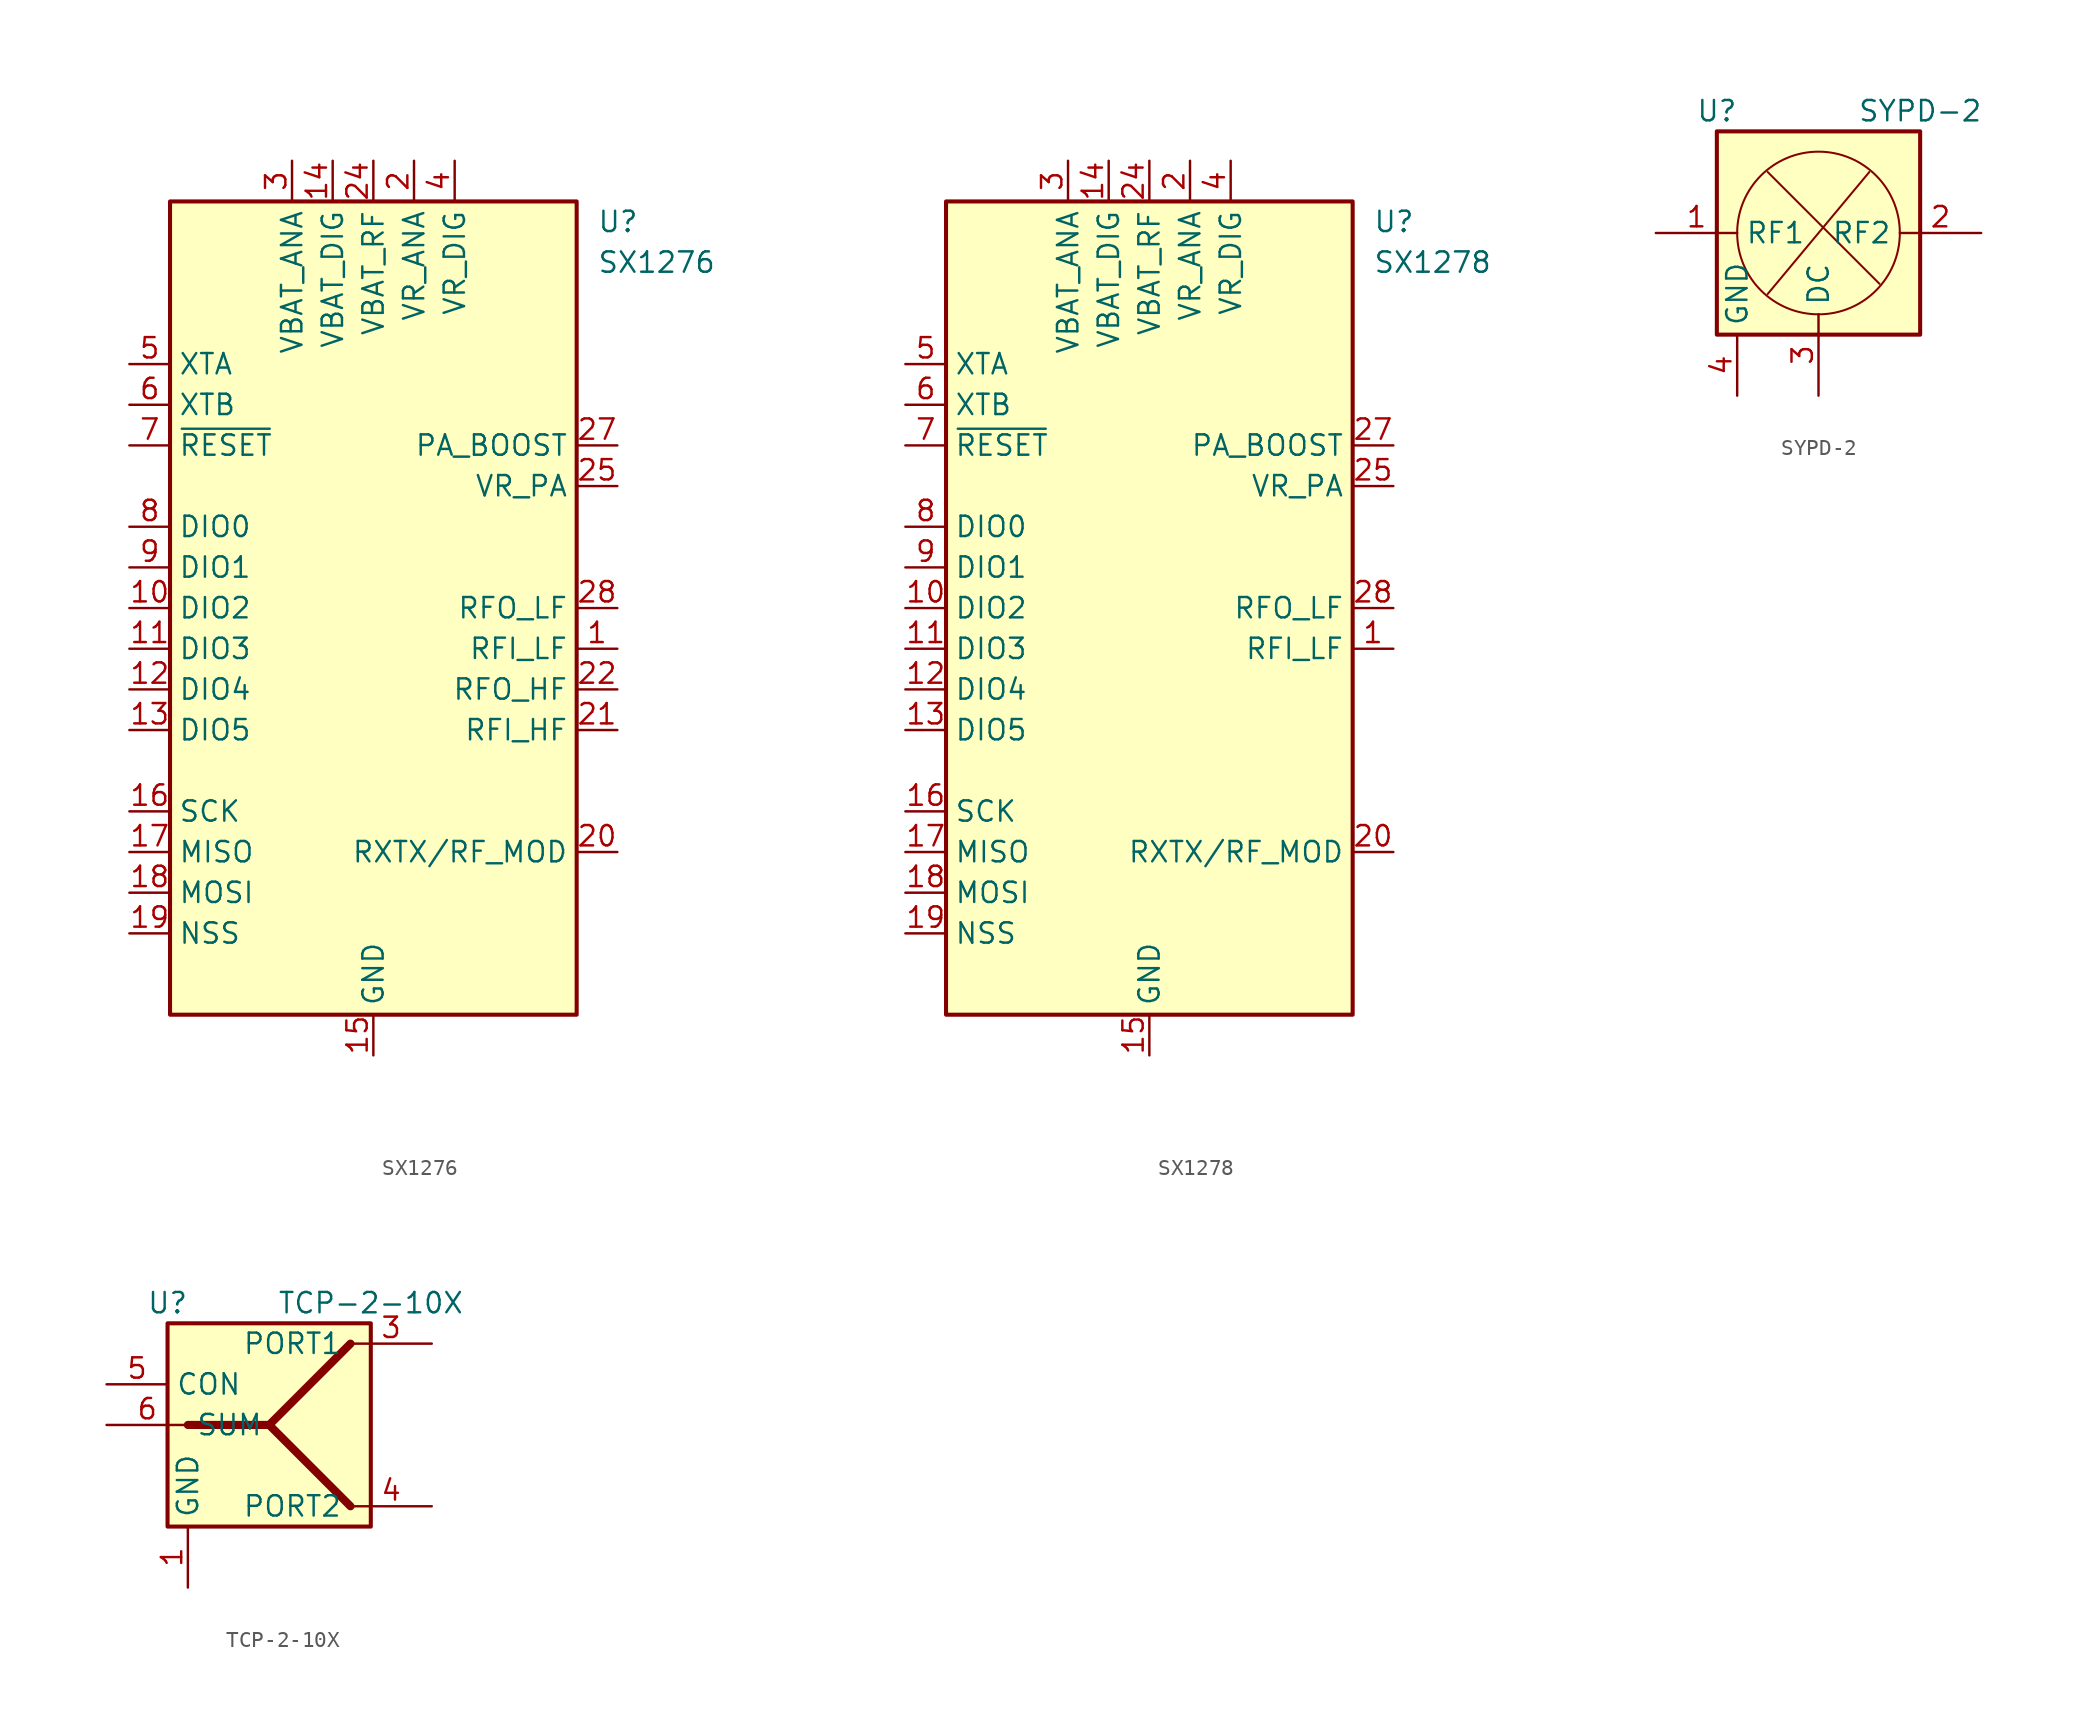
<source format=kicad_sym>
(kicad_symbol_lib
  (version 20201005)
  (generator kicad_symbol_editor)
  (symbol "RF:SX1276"
    (property "Reference" "U"
      (at 13.97 24.13 0)
      (effects (font (size 1.27 1.27)) (justify left)))
    (property "Value" "SX1276"
      (at 13.97 21.59 0)
      (effects (font (size 1.27 1.27)) (justify left)))
    (symbol "SX1276_0_1"
      (rectangle (start -12.7 25.4) (end 12.7 -25.4) (stroke (width 0.254)) (fill (type background))))
    (symbol "SX1276_1_1"
      (pin input line (at 15.24 -2.54 180) (length 2.54) (name "RFI_LF" (effects (font (size 1.27 1.27)))) (number "1" (effects (font (size 1.27 1.27)))))
      (pin bidirectional line (at -15.24 0 0) (length 2.54) (name "DIO2" (effects (font (size 1.27 1.27)))) (number "10" (effects (font (size 1.27 1.27)))))
      (pin bidirectional line (at -15.24 -2.54 0) (length 2.54) (name "DIO3" (effects (font (size 1.27 1.27)))) (number "11" (effects (font (size 1.27 1.27)))))
      (pin bidirectional line (at -15.24 -5.08 0) (length 2.54) (name "DIO4" (effects (font (size 1.27 1.27)))) (number "12" (effects (font (size 1.27 1.27)))))
      (pin bidirectional line (at -15.24 -7.62 0) (length 2.54) (name "DIO5" (effects (font (size 1.27 1.27)))) (number "13" (effects (font (size 1.27 1.27)))))
      (pin power_in line (at -2.54 27.94 270) (length 2.54) (name "VBAT_DIG" (effects (font (size 1.27 1.27)))) (number "14" (effects (font (size 1.27 1.27)))))
      (pin power_in line (at 0 -27.94 90) (length 2.54) (name "GND" (effects (font (size 1.27 1.27)))) (number "15" (effects (font (size 1.27 1.27)))))
      (pin input line (at -15.24 -12.7 0) (length 2.54) (name "SCK" (effects (font (size 1.27 1.27)))) (number "16" (effects (font (size 1.27 1.27)))))
      (pin output line (at -15.24 -15.24 0) (length 2.54) (name "MISO" (effects (font (size 1.27 1.27)))) (number "17" (effects (font (size 1.27 1.27)))))
      (pin input line (at -15.24 -17.78 0) (length 2.54) (name "MOSI" (effects (font (size 1.27 1.27)))) (number "18" (effects (font (size 1.27 1.27)))))
      (pin input line (at -15.24 -20.32 0) (length 2.54) (name "NSS" (effects (font (size 1.27 1.27)))) (number "19" (effects (font (size 1.27 1.27)))))
      (pin power_in line (at 2.54 27.94 270) (length 2.54) (name "VR_ANA" (effects (font (size 1.27 1.27)))) (number "2" (effects (font (size 1.27 1.27)))))
      (pin output line (at 15.24 -15.24 180) (length 2.54) (name "RXTX/RF_MOD" (effects (font (size 1.27 1.27)))) (number "20" (effects (font (size 1.27 1.27)))))
      (pin input line (at 15.24 -7.62 180) (length 2.54) (name "RFI_HF" (effects (font (size 1.27 1.27)))) (number "21" (effects (font (size 1.27 1.27)))))
      (pin output line (at 15.24 -5.08 180) (length 2.54) (name "RFO_HF" (effects (font (size 1.27 1.27)))) (number "22" (effects (font (size 1.27 1.27)))))
      (pin passive line (at 0 -27.94 90) (length 2.54) hide (name "GND" (effects (font (size 1.27 1.27)))) (number "23" (effects (font (size 1.27 1.27)))))
      (pin power_in line (at 0 27.94 270) (length 2.54) (name "VBAT_RF" (effects (font (size 1.27 1.27)))) (number "24" (effects (font (size 1.27 1.27)))))
      (pin power_out line (at 15.24 7.62 180) (length 2.54) (name "VR_PA" (effects (font (size 1.27 1.27)))) (number "25" (effects (font (size 1.27 1.27)))))
      (pin passive line (at 0 -27.94 90) (length 2.54) hide (name "GND" (effects (font (size 1.27 1.27)))) (number "26" (effects (font (size 1.27 1.27)))))
      (pin power_out line (at 15.24 10.16 180) (length 2.54) (name "PA_BOOST" (effects (font (size 1.27 1.27)))) (number "27" (effects (font (size 1.27 1.27)))))
      (pin output line (at 15.24 0 180) (length 2.54) (name "RFO_LF" (effects (font (size 1.27 1.27)))) (number "28" (effects (font (size 1.27 1.27)))))
      (pin passive line (at 0 -27.94 90) (length 2.54) hide (name "GND" (effects (font (size 1.27 1.27)))) (number "29" (effects (font (size 1.27 1.27)))))
      (pin power_in line (at -5.08 27.94 270) (length 2.54) (name "VBAT_ANA" (effects (font (size 1.27 1.27)))) (number "3" (effects (font (size 1.27 1.27)))))
      (pin power_in line (at 5.08 27.94 270) (length 2.54) (name "VR_DIG" (effects (font (size 1.27 1.27)))) (number "4" (effects (font (size 1.27 1.27)))))
      (pin bidirectional line (at -15.24 15.24 0) (length 2.54) (name "XTA" (effects (font (size 1.27 1.27)))) (number "5" (effects (font (size 1.27 1.27)))))
      (pin bidirectional line (at -15.24 12.7 0) (length 2.54) (name "XTB" (effects (font (size 1.27 1.27)))) (number "6" (effects (font (size 1.27 1.27)))))
      (pin input line (at -15.24 10.16 0) (length 2.54) (name "~RESET" (effects (font (size 1.27 1.27)))) (number "7" (effects (font (size 1.27 1.27)))))
      (pin bidirectional line (at -15.24 5.08 0) (length 2.54) (name "DIO0" (effects (font (size 1.27 1.27)))) (number "8" (effects (font (size 1.27 1.27)))))
      (pin bidirectional line (at -15.24 2.54 0) (length 2.54) (name "DIO1" (effects (font (size 1.27 1.27)))) (number "9" (effects (font (size 1.27 1.27)))))))
  (symbol "RF:SX1278"
    (property "Reference" "U"
      (at 13.97 24.13 0)
      (effects (font (size 1.27 1.27)) (justify left)))
    (property "Value" "SX1278"
      (at 13.97 21.59 0)
      (effects (font (size 1.27 1.27)) (justify left)))
    (symbol "SX1278_0_1"
      (rectangle (start -12.7 25.4) (end 12.7 -25.4) (stroke (width 0.254)) (fill (type background))))
    (symbol "SX1278_1_1"
      (pin input line (at 15.24 -2.54 180) (length 2.54) (name "RFI_LF" (effects (font (size 1.27 1.27)))) (number "1" (effects (font (size 1.27 1.27)))))
      (pin bidirectional line (at -15.24 0 0) (length 2.54) (name "DIO2" (effects (font (size 1.27 1.27)))) (number "10" (effects (font (size 1.27 1.27)))))
      (pin bidirectional line (at -15.24 -2.54 0) (length 2.54) (name "DIO3" (effects (font (size 1.27 1.27)))) (number "11" (effects (font (size 1.27 1.27)))))
      (pin bidirectional line (at -15.24 -5.08 0) (length 2.54) (name "DIO4" (effects (font (size 1.27 1.27)))) (number "12" (effects (font (size 1.27 1.27)))))
      (pin bidirectional line (at -15.24 -7.62 0) (length 2.54) (name "DIO5" (effects (font (size 1.27 1.27)))) (number "13" (effects (font (size 1.27 1.27)))))
      (pin power_in line (at -2.54 27.94 270) (length 2.54) (name "VBAT_DIG" (effects (font (size 1.27 1.27)))) (number "14" (effects (font (size 1.27 1.27)))))
      (pin power_in line (at 0 -27.94 90) (length 2.54) (name "GND" (effects (font (size 1.27 1.27)))) (number "15" (effects (font (size 1.27 1.27)))))
      (pin input line (at -15.24 -12.7 0) (length 2.54) (name "SCK" (effects (font (size 1.27 1.27)))) (number "16" (effects (font (size 1.27 1.27)))))
      (pin output line (at -15.24 -15.24 0) (length 2.54) (name "MISO" (effects (font (size 1.27 1.27)))) (number "17" (effects (font (size 1.27 1.27)))))
      (pin input line (at -15.24 -17.78 0) (length 2.54) (name "MOSI" (effects (font (size 1.27 1.27)))) (number "18" (effects (font (size 1.27 1.27)))))
      (pin input line (at -15.24 -20.32 0) (length 2.54) (name "NSS" (effects (font (size 1.27 1.27)))) (number "19" (effects (font (size 1.27 1.27)))))
      (pin power_in line (at 2.54 27.94 270) (length 2.54) (name "VR_ANA" (effects (font (size 1.27 1.27)))) (number "2" (effects (font (size 1.27 1.27)))))
      (pin output line (at 15.24 -15.24 180) (length 2.54) (name "RXTX/RF_MOD" (effects (font (size 1.27 1.27)))) (number "20" (effects (font (size 1.27 1.27)))))
      (pin passive line (at 0 -27.94 90) (length 2.54) hide (name "GND" (effects (font (size 1.27 1.27)))) (number "21" (effects (font (size 1.27 1.27)))))
      (pin passive line (at 0 -27.94 90) (length 2.54) hide (name "GND" (effects (font (size 1.27 1.27)))) (number "22" (effects (font (size 1.27 1.27)))))
      (pin passive line (at 0 -27.94 90) (length 2.54) hide (name "GND" (effects (font (size 1.27 1.27)))) (number "23" (effects (font (size 1.27 1.27)))))
      (pin power_in line (at 0 27.94 270) (length 2.54) (name "VBAT_RF" (effects (font (size 1.27 1.27)))) (number "24" (effects (font (size 1.27 1.27)))))
      (pin power_out line (at 15.24 7.62 180) (length 2.54) (name "VR_PA" (effects (font (size 1.27 1.27)))) (number "25" (effects (font (size 1.27 1.27)))))
      (pin passive line (at 0 -27.94 90) (length 2.54) hide (name "GND" (effects (font (size 1.27 1.27)))) (number "26" (effects (font (size 1.27 1.27)))))
      (pin power_out line (at 15.24 10.16 180) (length 2.54) (name "PA_BOOST" (effects (font (size 1.27 1.27)))) (number "27" (effects (font (size 1.27 1.27)))))
      (pin output line (at 15.24 0 180) (length 2.54) (name "RFO_LF" (effects (font (size 1.27 1.27)))) (number "28" (effects (font (size 1.27 1.27)))))
      (pin passive line (at 0 -27.94 90) (length 2.54) hide (name "GND" (effects (font (size 1.27 1.27)))) (number "29" (effects (font (size 1.27 1.27)))))
      (pin power_in line (at -5.08 27.94 270) (length 2.54) (name "VBAT_ANA" (effects (font (size 1.27 1.27)))) (number "3" (effects (font (size 1.27 1.27)))))
      (pin power_in line (at 5.08 27.94 270) (length 2.54) (name "VR_DIG" (effects (font (size 1.27 1.27)))) (number "4" (effects (font (size 1.27 1.27)))))
      (pin bidirectional line (at -15.24 15.24 0) (length 2.54) (name "XTA" (effects (font (size 1.27 1.27)))) (number "5" (effects (font (size 1.27 1.27)))))
      (pin bidirectional line (at -15.24 12.7 0) (length 2.54) (name "XTB" (effects (font (size 1.27 1.27)))) (number "6" (effects (font (size 1.27 1.27)))))
      (pin input line (at -15.24 10.16 0) (length 2.54) (name "~RESET" (effects (font (size 1.27 1.27)))) (number "7" (effects (font (size 1.27 1.27)))))
      (pin bidirectional line (at -15.24 5.08 0) (length 2.54) (name "DIO0" (effects (font (size 1.27 1.27)))) (number "8" (effects (font (size 1.27 1.27)))))
      (pin bidirectional line (at -15.24 2.54 0) (length 2.54) (name "DIO1" (effects (font (size 1.27 1.27)))) (number "9" (effects (font (size 1.27 1.27)))))))
  (symbol "RF:SYPD-2"
    (property "Reference" "U"
      (at -6.35 7.62 0)
      (effects (font (size 1.27 1.27))))
    (property "Value" "SYPD-2"
      (at 6.35 7.62 0)
      (effects (font (size 1.27 1.27))))
    (symbol "SYPD-2_0_1"
      (circle (center 0 0) (radius 5.08) (stroke (width 0.127)) (fill (type none)))
      (rectangle (start -6.35 6.35) (end 6.35 -6.35) (stroke (width 0.254)) (fill (type background)))
      (polyline (pts (xy -3.175 -3.81) (xy 3.175 3.81)) (stroke (width 0.127)) (fill (type none)))
      (polyline (pts (xy 3.81 -3.175) (xy -3.175 3.81)) (stroke (width 0.127)) (fill (type none))))
    (symbol "SYPD-2_1_1"
      (pin input line (at -10.16 0 0) (length 5.08) (name "RF1" (effects (font (size 1.27 1.27)))) (number "1" (effects (font (size 1.27 1.27)))))
      (pin input line (at 10.16 0 180) (length 5.08) (name "RF2" (effects (font (size 1.27 1.27)))) (number "2" (effects (font (size 1.27 1.27)))))
      (pin output line (at 0 -10.16 90) (length 5.08) (name "DC" (effects (font (size 1.27 1.27)))) (number "3" (effects (font (size 1.27 1.27)))))
      (pin power_in line (at -5.08 -10.16 90) (length 3.81) (name "GND" (effects (font (size 1.27 1.27)))) (number "4" (effects (font (size 1.27 1.27)))))
      (pin passive line (at -5.08 -10.16 90) (length 3.81) hide (name "GND" (effects (font (size 1.27 1.27)))) (number "5" (effects (font (size 1.27 1.27)))))
      (pin passive line (at -5.08 -10.16 90) (length 3.81) hide (name "GND" (effects (font (size 1.27 1.27)))) (number "6" (effects (font (size 1.27 1.27)))))))
  (symbol "RF:TCP-2-10X"
    (property "Reference" "U"
      (at -6.35 7.62 0)
      (effects (font (size 1.27 1.27))))
    (property "Value" "TCP-2-10X"
      (at 6.35 7.62 0)
      (effects (font (size 1.27 1.27))))
    (symbol "TCP-2-10X_0_1"
      (rectangle (start -6.35 6.35) (end 6.35 -6.35) (stroke (width 0.254)) (fill (type background)))
      (polyline (pts (xy 0 0) (xy 5.08 -5.08)) (stroke (width 0.508)) (fill (type none)))
      (polyline (pts (xy -5.08 0) (xy 0 0) (xy 5.08 5.08)) (stroke (width 0.508)) (fill (type none))))
    (symbol "TCP-2-10X_1_1"
      (pin passive line (at -5.08 -10.16 90) (length 3.81) (name "GND" (effects (font (size 1.27 1.27)))) (number "1" (effects (font (size 1.27 1.27)))))
      (pin passive line (at -10.16 2.54 0) (length 3.81) hide (name "CON" (effects (font (size 1.27 1.27)))) (number "2" (effects (font (size 1.27 1.27)))))
      (pin passive line (at 10.16 5.08 180) (length 5.08) (name "PORT1" (effects (font (size 1.27 1.27)))) (number "3" (effects (font (size 1.27 1.27)))))
      (pin passive line (at 10.16 -5.08 180) (length 5.08) (name "PORT2" (effects (font (size 1.27 1.27)))) (number "4" (effects (font (size 1.27 1.27)))))
      (pin passive line (at -10.16 2.54 0) (length 3.81) (name "CON" (effects (font (size 1.27 1.27)))) (number "5" (effects (font (size 1.27 1.27)))))
      (pin passive line (at -10.16 0 0) (length 5.08) (name "SUM" (effects (font (size 1.27 1.27)))) (number "6" (effects (font (size 1.27 1.27))))))))
</source>
